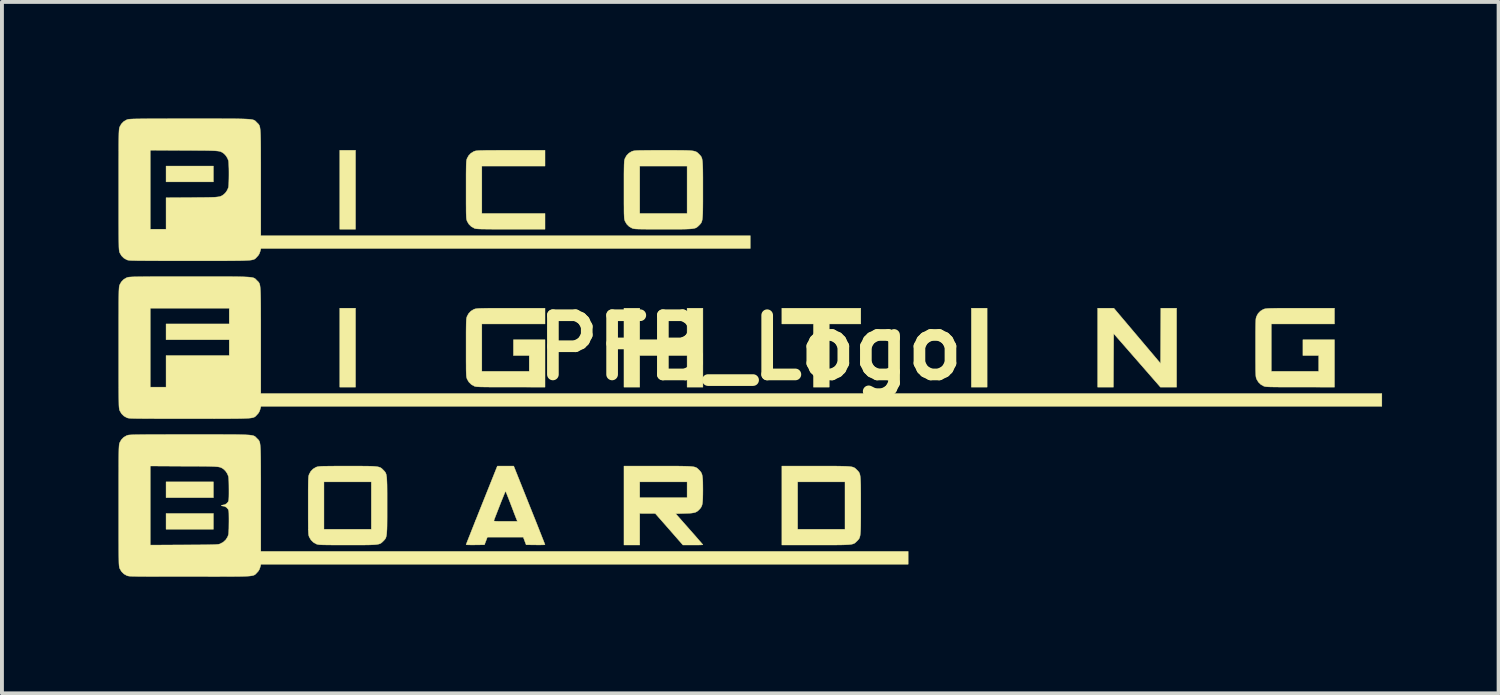
<source format=kicad_pcb>
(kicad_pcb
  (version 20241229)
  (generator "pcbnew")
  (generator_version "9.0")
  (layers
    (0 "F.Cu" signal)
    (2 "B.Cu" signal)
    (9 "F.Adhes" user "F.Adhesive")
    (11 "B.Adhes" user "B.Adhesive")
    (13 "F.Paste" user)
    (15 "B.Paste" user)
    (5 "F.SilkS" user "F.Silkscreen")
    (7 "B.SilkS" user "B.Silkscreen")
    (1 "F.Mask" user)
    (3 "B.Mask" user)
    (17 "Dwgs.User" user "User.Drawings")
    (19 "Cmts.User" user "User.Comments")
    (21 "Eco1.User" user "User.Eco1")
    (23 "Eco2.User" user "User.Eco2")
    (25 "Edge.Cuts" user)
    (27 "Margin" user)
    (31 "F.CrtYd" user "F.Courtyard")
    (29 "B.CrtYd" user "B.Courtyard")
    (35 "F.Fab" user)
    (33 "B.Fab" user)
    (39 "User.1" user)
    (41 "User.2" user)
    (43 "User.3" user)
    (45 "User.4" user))
  (footprint "PFB_Logo"
    (layer "F.Cu")
    (at 16.261 5.898)
    (property "Reference" "PFB_Logo" (at 0 0 0) (layer "F.SilkS") (effects (font (size 1.524 1.524) (thickness 0.3))))
    (attr through_hole)
    (fp_poly (pts (xy -13.818 -4.267) (xy -15.037 -4.267) (xy -15.037 -4.674) (xy -13.818 -4.674) (xy -13.818 -4.267)) (stroke (width 0.01) (type solid)) (fill yes) (layer "F.SilkS"))
    (fp_poly (pts (xy -13.818 3.861) (xy -15.037 3.861) (xy -15.037 3.454) (xy -13.818 3.454) (xy -13.818 3.861)) (stroke (width 0.01) (type solid)) (fill yes) (layer "F.SilkS"))
    (fp_poly (pts (xy -13.818 4.674) (xy -15.037 4.674) (xy -15.037 4.267) (xy -13.818 4.267) (xy -13.818 4.674)) (stroke (width 0.01) (type solid)) (fill yes) (layer "F.SilkS"))
    (fp_poly (pts (xy -10.16 -3.048) (xy -10.566 -3.048) (xy -10.566 -5.08) (xy -10.16 -5.08) (xy -10.16 -3.048)) (stroke (width 0.01) (type solid)) (fill yes) (layer "F.SilkS"))
    (fp_poly (pts (xy -10.16 1.016) (xy -10.566 1.016) (xy -10.566 -1.016) (xy -10.16 -1.016) (xy -10.16 1.016)) (stroke (width 0.01) (type solid)) (fill yes) (layer "F.SilkS"))
    (fp_poly (pts (xy 6.096 1.016) (xy 5.69 1.016) (xy 5.69 -1.016) (xy 6.096 -1.016) (xy 6.096 1.016)) (stroke (width 0.01) (type solid)) (fill yes) (layer "F.SilkS"))
    (fp_poly (pts (xy 2.845 -0.61) (xy 2.032 -0.61) (xy 2.032 1.016) (xy 1.626 1.016) (xy 1.626 -0.61) (xy 0.813 -0.61) (xy 0.813 -1.016) (xy 2.845 -1.016) (xy 2.845 -0.61)) (stroke (width 0.01) (type solid)) (fill yes) (layer "F.SilkS"))
    (fp_poly (pts (xy -2.845 -0.203) (xy -1.626 -0.203) (xy -1.626 -1.016) (xy -1.219 -1.016) (xy -1.219 1.016) (xy -1.626 1.016) (xy -1.626 0.203) (xy -2.845 0.203) (xy -2.845 1.016) (xy -3.251 1.016) (xy -3.251 -1.016) (xy -2.845 -1.016) (xy -2.845 -0.203)) (stroke (width 0.01) (type solid)) (fill yes) (layer "F.SilkS"))
    (fp_poly (pts (xy 9.959 -0.305) (xy 10.56 0.406) (xy 10.563 -0.305) (xy 10.567 -1.016) (xy 10.973 -1.016) (xy 10.973 1.016) (xy 10.556 1.016) (xy 9.955 0.327) (xy 9.354 -0.361) (xy 9.35 0.327) (xy 9.347 1.016) (xy 8.941 1.016) (xy 8.941 -1.016) (xy 9.358 -1.016) (xy 9.959 -0.305)) (stroke (width 0.01) (type solid)) (fill yes) (layer "F.SilkS"))
    (fp_poly (pts (xy -5.283 -4.674) (xy -6.909 -4.674) (xy -6.909 -3.454) (xy -5.283 -3.454) (xy -5.283 -3.048) (xy -6.163 -3.049) (xy -6.334 -3.049) (xy -6.482 -3.049) (xy -6.608 -3.049) (xy -6.714 -3.05) (xy -6.803 -3.051) (xy -6.875 -3.052) (xy -6.934 -3.053) (xy -6.98 -3.055) (xy -7.016 -3.057) (xy -7.044 -3.059) (xy -7.065 -3.062) (xy -7.082 -3.066) (xy -7.096 -3.07) (xy -7.105 -3.074) (xy -7.18 -3.116) (xy -7.242 -3.177) (xy -7.286 -3.251) (xy -7.29 -3.261) (xy -7.295 -3.276) (xy -7.3 -3.292) (xy -7.304 -3.311) (xy -7.307 -3.336) (xy -7.309 -3.368) (xy -7.311 -3.409) (xy -7.313 -3.462) (xy -7.314 -3.528) (xy -7.314 -3.61) (xy -7.315 -3.71) (xy -7.315 -3.83) (xy -7.315 -3.972) (xy -7.315 -4.064) (xy -7.315 -4.219) (xy -7.315 -4.352) (xy -7.315 -4.463) (xy -7.314 -4.555) (xy -7.313 -4.63) (xy -7.312 -4.69) (xy -7.31 -4.737) (xy -7.308 -4.774) (xy -7.306 -4.803) (xy -7.302 -4.825) (xy -7.298 -4.843) (xy -7.293 -4.858) (xy -7.289 -4.869) (xy -7.249 -4.943) (xy -7.189 -5.005) (xy -7.117 -5.049) (xy -7.086 -5.06) (xy -7.069 -5.064) (xy -7.049 -5.067) (xy -7.022 -5.07) (xy -6.986 -5.073) (xy -6.941 -5.075) (xy -6.883 -5.076) (xy -6.811 -5.078) (xy -6.724 -5.079) (xy -6.618 -5.079) (xy -6.494 -5.08) (xy -6.348 -5.08) (xy -6.178 -5.08) (xy -6.151 -5.08) (xy -5.283 -5.08) (xy -5.283 -4.674)) (stroke (width 0.01) (type solid)) (fill yes) (layer "F.SilkS"))
    (fp_poly (pts (xy -5.283 -0.61) (xy -6.909 -0.61) (xy -6.909 0.61) (xy -5.69 0.61) (xy -5.69 0.203) (xy -6.096 0.203) (xy -6.096 -0.203) (xy -5.283 -0.203) (xy -5.283 1.016) (xy -6.163 1.015) (xy -6.334 1.015) (xy -6.482 1.015) (xy -6.608 1.015) (xy -6.714 1.014) (xy -6.803 1.013) (xy -6.875 1.012) (xy -6.934 1.011) (xy -6.98 1.009) (xy -7.016 1.007) (xy -7.044 1.005) (xy -7.065 1.002) (xy -7.082 0.998) (xy -7.096 0.994) (xy -7.105 0.99) (xy -7.18 0.948) (xy -7.242 0.887) (xy -7.286 0.813) (xy -7.29 0.803) (xy -7.295 0.788) (xy -7.3 0.772) (xy -7.304 0.753) (xy -7.307 0.728) (xy -7.309 0.696) (xy -7.311 0.655) (xy -7.313 0.602) (xy -7.314 0.536) (xy -7.314 0.454) (xy -7.315 0.354) (xy -7.315 0.234) (xy -7.315 0.092) (xy -7.315 0) (xy -7.315 -0.155) (xy -7.315 -0.288) (xy -7.315 -0.399) (xy -7.314 -0.491) (xy -7.313 -0.566) (xy -7.312 -0.626) (xy -7.31 -0.673) (xy -7.308 -0.71) (xy -7.306 -0.739) (xy -7.302 -0.761) (xy -7.298 -0.779) (xy -7.293 -0.794) (xy -7.289 -0.805) (xy -7.249 -0.879) (xy -7.189 -0.941) (xy -7.117 -0.985) (xy -7.086 -0.996) (xy -7.069 -1) (xy -7.049 -1.003) (xy -7.022 -1.006) (xy -6.986 -1.009) (xy -6.941 -1.011) (xy -6.883 -1.012) (xy -6.811 -1.014) (xy -6.724 -1.015) (xy -6.618 -1.015) (xy -6.494 -1.016) (xy -6.348 -1.016) (xy -6.178 -1.016) (xy -6.151 -1.016) (xy -5.283 -1.016) (xy -5.283 -0.61)) (stroke (width 0.01) (type solid)) (fill yes) (layer "F.SilkS"))
    (fp_poly (pts (xy 2.015 3.048) (xy 2.149 3.048) (xy 2.263 3.049) (xy 2.359 3.051) (xy 2.439 3.053) (xy 2.504 3.056) (xy 2.557 3.06) (xy 2.6 3.066) (xy 2.633 3.073) (xy 2.66 3.082) (xy 2.682 3.093) (xy 2.7 3.105) (xy 2.717 3.12) (xy 2.734 3.137) (xy 2.745 3.148) (xy 2.765 3.168) (xy 2.782 3.187) (xy 2.797 3.206) (xy 2.809 3.229) (xy 2.819 3.255) (xy 2.826 3.289) (xy 2.833 3.332) (xy 2.837 3.385) (xy 2.84 3.452) (xy 2.843 3.533) (xy 2.844 3.632) (xy 2.845 3.75) (xy 2.845 3.889) (xy 2.845 4.051) (xy 2.845 4.064) (xy 2.845 4.228) (xy 2.845 4.368) (xy 2.844 4.488) (xy 2.843 4.588) (xy 2.841 4.67) (xy 2.837 4.738) (xy 2.833 4.792) (xy 2.827 4.836) (xy 2.819 4.87) (xy 2.81 4.898) (xy 2.798 4.92) (xy 2.783 4.94) (xy 2.766 4.959) (xy 2.747 4.979) (xy 2.745 4.98) (xy 2.726 4.999) (xy 2.709 5.015) (xy 2.692 5.029) (xy 2.673 5.04) (xy 2.649 5.05) (xy 2.619 5.058) (xy 2.582 5.065) (xy 2.535 5.07) (xy 2.477 5.073) (xy 2.405 5.076) (xy 2.318 5.078) (xy 2.214 5.079) (xy 2.091 5.08) (xy 1.948 5.08) (xy 1.782 5.08) (xy 1.68 5.08) (xy 0.813 5.08) (xy 0.813 3.454) (xy 1.219 3.454) (xy 1.219 4.674) (xy 2.438 4.674) (xy 2.438 3.454) (xy 1.219 3.454) (xy 0.813 3.454) (xy 0.813 3.048) (xy 1.68 3.048) (xy 1.86 3.048) (xy 2.015 3.048)) (stroke (width 0.01) (type solid)) (fill yes) (layer "F.SilkS"))
    (fp_poly (pts (xy 15.037 -0.61) (xy 13.411 -0.61) (xy 13.411 0.61) (xy 14.63 0.61) (xy 14.63 0.203) (xy 14.224 0.203) (xy 14.224 -0.203) (xy 15.037 -0.203) (xy 15.037 1.016) (xy 14.157 1.015) (xy 13.986 1.015) (xy 13.838 1.015) (xy 13.712 1.015) (xy 13.606 1.014) (xy 13.517 1.013) (xy 13.445 1.012) (xy 13.386 1.011) (xy 13.34 1.009) (xy 13.304 1.007) (xy 13.276 1.005) (xy 13.255 1.002) (xy 13.238 0.998) (xy 13.224 0.994) (xy 13.215 0.99) (xy 13.14 0.948) (xy 13.078 0.887) (xy 13.034 0.813) (xy 13.03 0.803) (xy 13.025 0.788) (xy 13.02 0.772) (xy 13.016 0.753) (xy 13.013 0.728) (xy 13.011 0.696) (xy 13.009 0.655) (xy 13.007 0.602) (xy 13.006 0.536) (xy 13.006 0.454) (xy 13.005 0.354) (xy 13.005 0.234) (xy 13.005 0.092) (xy 13.005 0) (xy 13.005 -0.155) (xy 13.005 -0.288) (xy 13.005 -0.399) (xy 13.006 -0.491) (xy 13.007 -0.566) (xy 13.008 -0.626) (xy 13.01 -0.673) (xy 13.012 -0.71) (xy 13.014 -0.739) (xy 13.018 -0.761) (xy 13.022 -0.779) (xy 13.027 -0.794) (xy 13.031 -0.805) (xy 13.071 -0.879) (xy 13.131 -0.941) (xy 13.203 -0.985) (xy 13.234 -0.996) (xy 13.251 -1) (xy 13.271 -1.003) (xy 13.298 -1.006) (xy 13.334 -1.009) (xy 13.379 -1.011) (xy 13.437 -1.012) (xy 13.509 -1.014) (xy 13.596 -1.015) (xy 13.702 -1.015) (xy 13.826 -1.016) (xy 13.972 -1.016) (xy 14.142 -1.016) (xy 14.169 -1.016) (xy 15.037 -1.016) (xy 15.037 -0.61)) (stroke (width 0.01) (type solid)) (fill yes) (layer "F.SilkS"))
    (fp_poly (pts (xy -2.049 3.048) (xy -1.915 3.048) (xy -1.801 3.049) (xy -1.705 3.051) (xy -1.625 3.053) (xy -1.56 3.056) (xy -1.507 3.06) (xy -1.464 3.066) (xy -1.431 3.073) (xy -1.404 3.082) (xy -1.382 3.093) (xy -1.364 3.105) (xy -1.347 3.12) (xy -1.33 3.137) (xy -1.319 3.148) (xy -1.291 3.177) (xy -1.269 3.206) (xy -1.252 3.238) (xy -1.24 3.275) (xy -1.231 3.323) (xy -1.225 3.382) (xy -1.221 3.457) (xy -1.22 3.552) (xy -1.219 3.666) (xy -1.22 3.781) (xy -1.222 3.874) (xy -1.226 3.948) (xy -1.232 4.007) (xy -1.242 4.053) (xy -1.256 4.09) (xy -1.274 4.121) (xy -1.297 4.15) (xy -1.311 4.164) (xy -1.343 4.196) (xy -1.375 4.22) (xy -1.409 4.237) (xy -1.45 4.249) (xy -1.503 4.257) (xy -1.571 4.263) (xy -1.659 4.266) (xy -1.687 4.267) (xy -1.92 4.274) (xy -1.57 4.67) (xy -1.495 4.755) (xy -1.425 4.834) (xy -1.363 4.906) (xy -1.31 4.967) (xy -1.267 5.016) (xy -1.237 5.051) (xy -1.221 5.071) (xy -1.219 5.074) (xy -1.231 5.075) (xy -1.265 5.077) (xy -1.316 5.079) (xy -1.382 5.079) (xy -1.458 5.08) (xy -1.476 5.08) (xy -1.734 5.08) (xy -2.089 4.674) (xy -2.445 4.269) (xy -2.645 4.268) (xy -2.845 4.267) (xy -2.845 5.08) (xy -3.251 5.08) (xy -3.251 3.454) (xy -2.845 3.454) (xy -2.845 3.861) (xy -1.626 3.861) (xy -1.626 3.454) (xy -2.845 3.454) (xy -3.251 3.454) (xy -3.251 3.048) (xy -2.384 3.048) (xy -2.204 3.048) (xy -2.049 3.048)) (stroke (width 0.01) (type solid)) (fill yes) (layer "F.SilkS"))
    (fp_poly (pts (xy -5.686 4.055) (xy -5.625 4.207) (xy -5.567 4.352) (xy -5.512 4.489) (xy -5.462 4.615) (xy -5.417 4.73) (xy -5.377 4.831) (xy -5.343 4.917) (xy -5.316 4.985) (xy -5.297 5.035) (xy -5.286 5.064) (xy -5.283 5.071) (xy -5.295 5.074) (xy -5.329 5.076) (xy -5.38 5.077) (xy -5.445 5.078) (xy -5.52 5.077) (xy -5.526 5.077) (xy -5.769 5.074) (xy -5.844 4.877) (xy -6.767 4.877) (xy -6.804 4.975) (xy -6.842 5.074) (xy -7.079 5.077) (xy -7.153 5.078) (xy -7.218 5.077) (xy -7.269 5.076) (xy -7.303 5.074) (xy -7.315 5.071) (xy -7.315 5.071) (xy -7.311 5.058) (xy -7.297 5.023) (xy -7.276 4.968) (xy -7.247 4.895) (xy -7.211 4.805) (xy -7.17 4.7) (xy -7.123 4.582) (xy -7.073 4.455) (xy -6.6 4.455) (xy -6.595 4.46) (xy -6.583 4.464) (xy -6.559 4.467) (xy -6.521 4.469) (xy -6.466 4.47) (xy -6.391 4.47) (xy -6.3 4.47) (xy -5.994 4.47) (xy -6.011 4.429) (xy -6.02 4.407) (xy -6.037 4.364) (xy -6.06 4.305) (xy -6.088 4.232) (xy -6.119 4.149) (xy -6.154 4.059) (xy -6.16 4.042) (xy -6.194 3.954) (xy -6.225 3.874) (xy -6.252 3.806) (xy -6.274 3.751) (xy -6.29 3.714) (xy -6.299 3.697) (xy -6.299 3.696) (xy -6.305 3.707) (xy -6.319 3.739) (xy -6.339 3.787) (xy -6.364 3.85) (xy -6.394 3.923) (xy -6.426 4.003) (xy -6.459 4.088) (xy -6.492 4.172) (xy -6.524 4.255) (xy -6.554 4.331) (xy -6.58 4.398) (xy -6.598 4.448) (xy -6.6 4.455) (xy -7.073 4.455) (xy -7.071 4.452) (xy -7.016 4.313) (xy -6.957 4.165) (xy -6.913 4.055) (xy -6.51 3.048) (xy -6.088 3.048) (xy -5.686 4.055)) (stroke (width 0.01) (type solid)) (fill yes) (layer "F.SilkS"))
    (fp_poly (pts (xy -10.199 3.048) (xy -10.059 3.048) (xy -9.94 3.049) (xy -9.84 3.05) (xy -9.757 3.052) (xy -9.689 3.055) (xy -9.635 3.06) (xy -9.591 3.066) (xy -9.557 3.074) (xy -9.53 3.083) (xy -9.507 3.095) (xy -9.487 3.109) (xy -9.469 3.126) (xy -9.449 3.146) (xy -9.447 3.148) (xy -9.427 3.168) (xy -9.41 3.187) (xy -9.395 3.206) (xy -9.383 3.229) (xy -9.373 3.255) (xy -9.366 3.289) (xy -9.359 3.332) (xy -9.355 3.385) (xy -9.352 3.452) (xy -9.349 3.533) (xy -9.348 3.632) (xy -9.347 3.75) (xy -9.347 3.889) (xy -9.347 4.051) (xy -9.347 4.064) (xy -9.347 4.228) (xy -9.347 4.368) (xy -9.348 4.488) (xy -9.349 4.588) (xy -9.351 4.67) (xy -9.355 4.738) (xy -9.359 4.792) (xy -9.365 4.836) (xy -9.373 4.87) (xy -9.382 4.898) (xy -9.394 4.92) (xy -9.409 4.94) (xy -9.426 4.959) (xy -9.445 4.979) (xy -9.447 4.98) (xy -9.467 5) (xy -9.486 5.017) (xy -9.505 5.032) (xy -9.527 5.044) (xy -9.554 5.054) (xy -9.587 5.061) (xy -9.629 5.068) (xy -9.682 5.072) (xy -9.748 5.075) (xy -9.828 5.078) (xy -9.926 5.079) (xy -10.042 5.079) (xy -10.179 5.08) (xy -10.34 5.079) (xy -10.375 5.079) (xy -10.53 5.079) (xy -10.662 5.079) (xy -10.773 5.079) (xy -10.865 5.078) (xy -10.94 5.077) (xy -10.999 5.076) (xy -11.046 5.074) (xy -11.083 5.072) (xy -11.111 5.069) (xy -11.132 5.065) (xy -11.149 5.061) (xy -11.164 5.056) (xy -11.169 5.054) (xy -11.244 5.012) (xy -11.306 4.951) (xy -11.35 4.877) (xy -11.354 4.867) (xy -11.359 4.852) (xy -11.364 4.836) (xy -11.368 4.817) (xy -11.371 4.792) (xy -11.373 4.76) (xy -11.375 4.719) (xy -11.377 4.666) (xy -11.378 4.6) (xy -11.378 4.518) (xy -11.379 4.418) (xy -11.379 4.298) (xy -11.379 4.156) (xy -11.379 4.064) (xy -11.379 3.909) (xy -11.379 3.776) (xy -11.379 3.665) (xy -11.378 3.573) (xy -11.377 3.498) (xy -11.376 3.454) (xy -10.973 3.454) (xy -10.973 4.674) (xy -9.754 4.674) (xy -9.754 3.454) (xy -10.973 3.454) (xy -11.376 3.454) (xy -11.376 3.438) (xy -11.374 3.391) (xy -11.372 3.354) (xy -11.37 3.325) (xy -11.366 3.303) (xy -11.362 3.285) (xy -11.357 3.27) (xy -11.353 3.259) (xy -11.313 3.185) (xy -11.253 3.123) (xy -11.181 3.079) (xy -11.15 3.068) (xy -11.132 3.064) (xy -11.11 3.06) (xy -11.08 3.057) (xy -11.042 3.054) (xy -10.992 3.052) (xy -10.93 3.051) (xy -10.852 3.05) (xy -10.757 3.049) (xy -10.642 3.048) (xy -10.506 3.048) (xy -10.363 3.048) (xy -10.199 3.048)) (stroke (width 0.01) (type solid)) (fill yes) (layer "F.SilkS"))
    (fp_poly (pts (xy -2.071 -5.08) (xy -1.931 -5.08) (xy -1.812 -5.079) (xy -1.712 -5.078) (xy -1.629 -5.076) (xy -1.561 -5.073) (xy -1.507 -5.068) (xy -1.463 -5.062) (xy -1.429 -5.054) (xy -1.402 -5.045) (xy -1.379 -5.033) (xy -1.359 -5.019) (xy -1.341 -5.002) (xy -1.321 -4.982) (xy -1.319 -4.98) (xy -1.299 -4.96) (xy -1.282 -4.941) (xy -1.267 -4.922) (xy -1.255 -4.899) (xy -1.245 -4.873) (xy -1.238 -4.839) (xy -1.231 -4.796) (xy -1.227 -4.743) (xy -1.224 -4.676) (xy -1.221 -4.595) (xy -1.22 -4.496) (xy -1.219 -4.378) (xy -1.219 -4.239) (xy -1.219 -4.077) (xy -1.219 -4.064) (xy -1.219 -3.9) (xy -1.219 -3.76) (xy -1.22 -3.64) (xy -1.221 -3.54) (xy -1.223 -3.458) (xy -1.227 -3.39) (xy -1.231 -3.336) (xy -1.237 -3.292) (xy -1.245 -3.258) (xy -1.254 -3.23) (xy -1.266 -3.208) (xy -1.281 -3.188) (xy -1.298 -3.169) (xy -1.317 -3.149) (xy -1.319 -3.148) (xy -1.339 -3.128) (xy -1.358 -3.111) (xy -1.377 -3.096) (xy -1.399 -3.084) (xy -1.426 -3.074) (xy -1.459 -3.067) (xy -1.501 -3.06) (xy -1.554 -3.056) (xy -1.62 -3.053) (xy -1.7 -3.05) (xy -1.798 -3.049) (xy -1.914 -3.049) (xy -2.051 -3.048) (xy -2.212 -3.049) (xy -2.247 -3.049) (xy -2.402 -3.049) (xy -2.534 -3.049) (xy -2.645 -3.049) (xy -2.737 -3.05) (xy -2.812 -3.051) (xy -2.871 -3.052) (xy -2.918 -3.054) (xy -2.955 -3.056) (xy -2.983 -3.059) (xy -3.004 -3.063) (xy -3.021 -3.067) (xy -3.036 -3.072) (xy -3.041 -3.074) (xy -3.116 -3.116) (xy -3.178 -3.177) (xy -3.222 -3.251) (xy -3.226 -3.261) (xy -3.231 -3.276) (xy -3.236 -3.292) (xy -3.24 -3.311) (xy -3.243 -3.336) (xy -3.245 -3.368) (xy -3.247 -3.409) (xy -3.249 -3.462) (xy -3.25 -3.528) (xy -3.25 -3.61) (xy -3.251 -3.71) (xy -3.251 -3.83) (xy -3.251 -3.972) (xy -3.251 -4.064) (xy -3.251 -4.219) (xy -3.251 -4.352) (xy -3.251 -4.463) (xy -3.25 -4.555) (xy -3.249 -4.63) (xy -3.248 -4.674) (xy -2.845 -4.674) (xy -2.845 -3.454) (xy -1.626 -3.454) (xy -1.626 -4.674) (xy -2.845 -4.674) (xy -3.248 -4.674) (xy -3.248 -4.69) (xy -3.246 -4.737) (xy -3.244 -4.774) (xy -3.242 -4.803) (xy -3.238 -4.825) (xy -3.234 -4.843) (xy -3.229 -4.858) (xy -3.225 -4.869) (xy -3.185 -4.943) (xy -3.125 -5.005) (xy -3.053 -5.049) (xy -3.022 -5.06) (xy -3.004 -5.064) (xy -2.982 -5.068) (xy -2.952 -5.071) (xy -2.914 -5.074) (xy -2.864 -5.076) (xy -2.802 -5.077) (xy -2.724 -5.078) (xy -2.629 -5.079) (xy -2.514 -5.08) (xy -2.378 -5.08) (xy -2.235 -5.08) (xy -2.071 -5.08)) (stroke (width 0.01) (type solid)) (fill yes) (layer "F.SilkS"))
    (fp_poly (pts (xy -13.788 -1.829) (xy -13.619 -1.829) (xy -13.471 -1.828) (xy -13.34 -1.828) (xy -13.228 -1.827) (xy -13.131 -1.825) (xy -13.048 -1.823) (xy -12.979 -1.82) (xy -12.921 -1.817) (xy -12.874 -1.813) (xy -12.836 -1.808) (xy -12.806 -1.802) (xy -12.782 -1.795) (xy -12.764 -1.787) (xy -12.748 -1.778) (xy -12.735 -1.767) (xy -12.723 -1.755) (xy -12.711 -1.742) (xy -12.698 -1.729) (xy -12.683 -1.714) (xy -12.669 -1.701) (xy -12.657 -1.688) (xy -12.647 -1.674) (xy -12.637 -1.657) (xy -12.629 -1.635) (xy -12.622 -1.609) (xy -12.617 -1.575) (xy -12.612 -1.532) (xy -12.608 -1.48) (xy -12.605 -1.416) (xy -12.603 -1.34) (xy -12.601 -1.249) (xy -12.6 -1.142) (xy -12.599 -1.018) (xy -12.599 -0.875) (xy -12.598 -0.713) (xy -12.598 -0.528) (xy -12.598 -0.321) (xy -12.598 -0.175) (xy -12.598 1.181) (xy 16.256 1.181) (xy 16.256 1.511) (xy -12.594 1.511) (xy -12.616 1.59) (xy -12.636 1.646) (xy -12.664 1.691) (xy -12.698 1.728) (xy -12.712 1.743) (xy -12.724 1.756) (xy -12.736 1.768) (xy -12.749 1.778) (xy -12.764 1.787) (xy -12.783 1.795) (xy -12.807 1.802) (xy -12.838 1.808) (xy -12.876 1.813) (xy -12.924 1.817) (xy -12.982 1.82) (xy -13.052 1.823) (xy -13.135 1.825) (xy -13.232 1.826) (xy -13.346 1.827) (xy -13.476 1.828) (xy -13.626 1.828) (xy -13.795 1.829) (xy -13.986 1.828) (xy -14.199 1.828) (xy -14.436 1.828) (xy -14.439 1.828) (xy -14.669 1.828) (xy -14.876 1.828) (xy -15.06 1.828) (xy -15.222 1.828) (xy -15.365 1.827) (xy -15.489 1.827) (xy -15.596 1.826) (xy -15.687 1.825) (xy -15.764 1.825) (xy -15.828 1.823) (xy -15.881 1.822) (xy -15.923 1.821) (xy -15.957 1.819) (xy -15.983 1.817) (xy -16.003 1.814) (xy -16.019 1.811) (xy -16.031 1.808) (xy -16.041 1.805) (xy -16.046 1.803) (xy -16.121 1.761) (xy -16.183 1.7) (xy -16.227 1.625) (xy -16.231 1.616) (xy -16.234 1.606) (xy -16.238 1.594) (xy -16.241 1.58) (xy -16.243 1.563) (xy -16.246 1.541) (xy -16.248 1.512) (xy -16.25 1.476) (xy -16.251 1.43) (xy -16.252 1.374) (xy -16.253 1.306) (xy -16.254 1.225) (xy -16.255 1.129) (xy -16.255 1.017) (xy -16.256 0.887) (xy -16.256 0.738) (xy -16.256 0.57) (xy -16.256 0.379) (xy -16.256 0.166) (xy -16.256 0) (xy -16.256 -0.231) (xy -16.256 -0.437) (xy -16.256 -0.621) (xy -16.256 -0.784) (xy -16.255 -0.926) (xy -16.255 -1.016) (xy -15.443 -1.016) (xy -15.443 1.016) (xy -15.037 1.016) (xy -15.037 0.203) (xy -13.411 0.203) (xy -13.411 -0.203) (xy -15.037 -0.203) (xy -15.037 -0.61) (xy -13.411 -0.61) (xy -13.411 -1.016) (xy -15.443 -1.016) (xy -16.255 -1.016) (xy -16.255 -1.051) (xy -16.255 -1.158) (xy -16.254 -1.25) (xy -16.253 -1.327) (xy -16.252 -1.391) (xy -16.251 -1.444) (xy -16.249 -1.487) (xy -16.247 -1.521) (xy -16.245 -1.548) (xy -16.243 -1.568) (xy -16.24 -1.584) (xy -16.237 -1.597) (xy -16.233 -1.609) (xy -16.23 -1.618) (xy -16.189 -1.692) (xy -16.13 -1.754) (xy -16.058 -1.797) (xy -16.026 -1.809) (xy -16.014 -1.812) (xy -15.998 -1.815) (xy -15.976 -1.817) (xy -15.947 -1.819) (xy -15.91 -1.821) (xy -15.863 -1.823) (xy -15.806 -1.824) (xy -15.736 -1.825) (xy -15.653 -1.826) (xy -15.554 -1.827) (xy -15.44 -1.828) (xy -15.307 -1.828) (xy -15.155 -1.828) (xy -14.983 -1.829) (xy -14.789 -1.829) (xy -14.572 -1.829) (xy -14.427 -1.829) (xy -14.191 -1.829) (xy -13.978 -1.829) (xy -13.788 -1.829)) (stroke (width 0.01) (type solid)) (fill yes) (layer "F.SilkS"))
    (fp_poly (pts (xy -13.788 -5.893) (xy -13.619 -5.893) (xy -13.471 -5.892) (xy -13.34 -5.892) (xy -13.228 -5.891) (xy -13.131 -5.889) (xy -13.048 -5.887) (xy -12.979 -5.884) (xy -12.921 -5.881) (xy -12.874 -5.877) (xy -12.836 -5.872) (xy -12.806 -5.866) (xy -12.782 -5.859) (xy -12.764 -5.851) (xy -12.748 -5.842) (xy -12.735 -5.831) (xy -12.723 -5.819) (xy -12.711 -5.806) (xy -12.698 -5.793) (xy -12.683 -5.778) (xy -12.669 -5.765) (xy -12.657 -5.752) (xy -12.647 -5.738) (xy -12.637 -5.721) (xy -12.629 -5.699) (xy -12.622 -5.673) (xy -12.617 -5.639) (xy -12.612 -5.596) (xy -12.608 -5.544) (xy -12.605 -5.48) (xy -12.603 -5.404) (xy -12.601 -5.313) (xy -12.6 -5.206) (xy -12.599 -5.082) (xy -12.599 -4.939) (xy -12.598 -4.777) (xy -12.598 -4.592) (xy -12.598 -4.385) (xy -12.598 -4.239) (xy -12.598 -2.883) (xy 0 -2.883) (xy 0 -2.553) (xy -12.594 -2.553) (xy -12.616 -2.474) (xy -12.636 -2.418) (xy -12.664 -2.373) (xy -12.698 -2.336) (xy -12.712 -2.321) (xy -12.724 -2.308) (xy -12.736 -2.296) (xy -12.749 -2.286) (xy -12.764 -2.277) (xy -12.783 -2.269) (xy -12.807 -2.262) (xy -12.838 -2.256) (xy -12.876 -2.251) (xy -12.924 -2.247) (xy -12.982 -2.244) (xy -13.052 -2.241) (xy -13.135 -2.239) (xy -13.232 -2.238) (xy -13.346 -2.237) (xy -13.476 -2.236) (xy -13.626 -2.236) (xy -13.795 -2.235) (xy -13.986 -2.236) (xy -14.199 -2.236) (xy -14.436 -2.236) (xy -14.439 -2.236) (xy -14.669 -2.236) (xy -14.876 -2.236) (xy -15.06 -2.236) (xy -15.222 -2.236) (xy -15.365 -2.237) (xy -15.489 -2.237) (xy -15.596 -2.238) (xy -15.687 -2.239) (xy -15.764 -2.239) (xy -15.828 -2.241) (xy -15.881 -2.242) (xy -15.923 -2.243) (xy -15.957 -2.245) (xy -15.983 -2.247) (xy -16.003 -2.25) (xy -16.019 -2.253) (xy -16.031 -2.256) (xy -16.041 -2.259) (xy -16.046 -2.261) (xy -16.121 -2.303) (xy -16.183 -2.364) (xy -16.227 -2.439) (xy -16.231 -2.448) (xy -16.234 -2.458) (xy -16.238 -2.47) (xy -16.241 -2.484) (xy -16.243 -2.501) (xy -16.246 -2.523) (xy -16.248 -2.552) (xy -16.25 -2.588) (xy -16.251 -2.634) (xy -16.252 -2.69) (xy -16.253 -2.758) (xy -16.254 -2.839) (xy -16.255 -2.935) (xy -16.255 -3.047) (xy -16.255 -3.048) (xy -15.443 -3.048) (xy -15.037 -3.048) (xy -15.037 -3.859) (xy -14.373 -3.863) (xy -14.221 -3.865) (xy -14.091 -3.866) (xy -13.983 -3.867) (xy -13.893 -3.869) (xy -13.82 -3.871) (xy -13.761 -3.874) (xy -13.714 -3.879) (xy -13.677 -3.884) (xy -13.647 -3.891) (xy -13.623 -3.9) (xy -13.601 -3.91) (xy -13.581 -3.923) (xy -13.559 -3.938) (xy -13.558 -3.938) (xy -13.51 -3.983) (xy -13.468 -4.043) (xy -13.437 -4.11) (xy -13.433 -4.121) (xy -13.428 -4.152) (xy -13.424 -4.204) (xy -13.421 -4.272) (xy -13.419 -4.351) (xy -13.418 -4.437) (xy -13.418 -4.524) (xy -13.419 -4.609) (xy -13.422 -4.686) (xy -13.425 -4.75) (xy -13.429 -4.798) (xy -13.433 -4.82) (xy -13.462 -4.887) (xy -13.503 -4.949) (xy -13.55 -4.997) (xy -13.558 -5.002) (xy -13.577 -5.016) (xy -13.595 -5.027) (xy -13.614 -5.037) (xy -13.634 -5.046) (xy -13.659 -5.053) (xy -13.69 -5.059) (xy -13.729 -5.063) (xy -13.777 -5.067) (xy -13.838 -5.07) (xy -13.912 -5.072) (xy -14.002 -5.074) (xy -14.11 -5.075) (xy -14.236 -5.076) (xy -14.385 -5.076) (xy -14.556 -5.077) (xy -14.576 -5.077) (xy -15.443 -5.082) (xy -15.443 -3.048) (xy -16.255 -3.048) (xy -16.256 -3.177) (xy -16.256 -3.326) (xy -16.256 -3.494) (xy -16.256 -3.685) (xy -16.256 -3.898) (xy -16.256 -4.064) (xy -16.256 -4.295) (xy -16.256 -4.501) (xy -16.256 -4.685) (xy -16.256 -4.848) (xy -16.255 -4.99) (xy -16.255 -5.115) (xy -16.255 -5.222) (xy -16.254 -5.314) (xy -16.253 -5.391) (xy -16.252 -5.455) (xy -16.251 -5.508) (xy -16.249 -5.551) (xy -16.247 -5.585) (xy -16.245 -5.612) (xy -16.243 -5.632) (xy -16.24 -5.648) (xy -16.237 -5.661) (xy -16.233 -5.673) (xy -16.23 -5.682) (xy -16.189 -5.756) (xy -16.13 -5.818) (xy -16.058 -5.861) (xy -16.026 -5.873) (xy -16.014 -5.876) (xy -15.998 -5.879) (xy -15.976 -5.881) (xy -15.947 -5.883) (xy -15.91 -5.885) (xy -15.863 -5.887) (xy -15.806 -5.888) (xy -15.736 -5.889) (xy -15.653 -5.89) (xy -15.554 -5.891) (xy -15.44 -5.892) (xy -15.307 -5.892) (xy -15.155 -5.892) (xy -14.983 -5.893) (xy -14.789 -5.893) (xy -14.572 -5.893) (xy -14.427 -5.893) (xy -14.191 -5.893) (xy -13.978 -5.893) (xy -13.788 -5.893)) (stroke (width 0.01) (type solid)) (fill yes) (layer "F.SilkS"))
    (fp_poly (pts (xy -13.788 2.235) (xy -13.619 2.235) (xy -13.471 2.236) (xy -13.34 2.236) (xy -13.228 2.237) (xy -13.131 2.239) (xy -13.048 2.241) (xy -12.979 2.244) (xy -12.921 2.247) (xy -12.874 2.251) (xy -12.836 2.256) (xy -12.806 2.262) (xy -12.782 2.269) (xy -12.764 2.277) (xy -12.748 2.286) (xy -12.735 2.297) (xy -12.723 2.309) (xy -12.711 2.322) (xy -12.698 2.335) (xy -12.683 2.35) (xy -12.669 2.363) (xy -12.657 2.376) (xy -12.647 2.39) (xy -12.637 2.407) (xy -12.629 2.429) (xy -12.622 2.455) (xy -12.617 2.489) (xy -12.612 2.532) (xy -12.608 2.584) (xy -12.605 2.648) (xy -12.603 2.724) (xy -12.601 2.815) (xy -12.6 2.922) (xy -12.599 3.046) (xy -12.599 3.189) (xy -12.598 3.351) (xy -12.598 3.536) (xy -12.598 3.743) (xy -12.598 3.889) (xy -12.598 5.245) (xy 4.064 5.245) (xy 4.064 5.575) (xy -12.594 5.575) (xy -12.616 5.654) (xy -12.636 5.71) (xy -12.664 5.755) (xy -12.698 5.792) (xy -12.712 5.807) (xy -12.724 5.82) (xy -12.736 5.832) (xy -12.749 5.842) (xy -12.764 5.851) (xy -12.783 5.859) (xy -12.807 5.866) (xy -12.838 5.872) (xy -12.876 5.877) (xy -12.924 5.881) (xy -12.982 5.884) (xy -13.052 5.887) (xy -13.135 5.889) (xy -13.232 5.89) (xy -13.346 5.891) (xy -13.476 5.892) (xy -13.626 5.892) (xy -13.795 5.893) (xy -13.986 5.892) (xy -14.199 5.892) (xy -14.436 5.892) (xy -14.439 5.892) (xy -14.669 5.892) (xy -14.876 5.892) (xy -15.06 5.892) (xy -15.222 5.892) (xy -15.365 5.891) (xy -15.489 5.891) (xy -15.596 5.89) (xy -15.687 5.889) (xy -15.764 5.889) (xy -15.828 5.887) (xy -15.881 5.886) (xy -15.923 5.885) (xy -15.957 5.883) (xy -15.983 5.881) (xy -16.003 5.878) (xy -16.019 5.875) (xy -16.031 5.872) (xy -16.041 5.869) (xy -16.046 5.867) (xy -16.121 5.825) (xy -16.183 5.764) (xy -16.227 5.689) (xy -16.231 5.68) (xy -16.234 5.67) (xy -16.238 5.658) (xy -16.241 5.644) (xy -16.243 5.627) (xy -16.246 5.605) (xy -16.248 5.576) (xy -16.25 5.54) (xy -16.251 5.494) (xy -16.252 5.438) (xy -16.253 5.37) (xy -16.254 5.289) (xy -16.255 5.193) (xy -16.255 5.082) (xy -15.443 5.082) (xy -14.576 5.077) (xy -14.404 5.077) (xy -14.256 5.076) (xy -14.129 5.075) (xy -14.023 5.074) (xy -13.934 5.072) (xy -13.861 5.071) (xy -13.803 5.069) (xy -13.757 5.067) (xy -13.721 5.064) (xy -13.695 5.062) (xy -13.675 5.058) (xy -13.66 5.054) (xy -13.655 5.053) (xy -13.568 5.008) (xy -13.5 4.946) (xy -13.452 4.869) (xy -13.434 4.82) (xy -13.428 4.787) (xy -13.424 4.73) (xy -13.42 4.653) (xy -13.419 4.556) (xy -13.418 4.483) (xy -13.418 4.389) (xy -13.419 4.318) (xy -13.42 4.264) (xy -13.422 4.225) (xy -13.426 4.198) (xy -13.432 4.178) (xy -13.439 4.162) (xy -13.441 4.158) (xy -13.482 4.112) (xy -13.534 4.083) (xy -13.575 4.077) (xy -13.602 4.073) (xy -13.614 4.064) (xy -13.614 4.064) (xy -13.603 4.055) (xy -13.577 4.051) (xy -13.575 4.051) (xy -13.52 4.039) (xy -13.47 4.006) (xy -13.441 3.97) (xy -13.434 3.955) (xy -13.428 3.937) (xy -13.424 3.913) (xy -13.421 3.878) (xy -13.419 3.829) (xy -13.418 3.764) (xy -13.418 3.677) (xy -13.418 3.645) (xy -13.419 3.537) (xy -13.421 3.447) (xy -13.425 3.376) (xy -13.43 3.327) (xy -13.434 3.308) (xy -13.462 3.241) (xy -13.503 3.179) (xy -13.55 3.131) (xy -13.558 3.126) (xy -13.577 3.112) (xy -13.595 3.101) (xy -13.614 3.091) (xy -13.634 3.082) (xy -13.659 3.075) (xy -13.69 3.069) (xy -13.729 3.065) (xy -13.777 3.061) (xy -13.838 3.058) (xy -13.912 3.056) (xy -14.002 3.054) (xy -14.11 3.053) (xy -14.236 3.052) (xy -14.385 3.052) (xy -14.556 3.051) (xy -14.576 3.051) (xy -15.443 3.046) (xy -15.443 5.082) (xy -16.255 5.082) (xy -16.255 5.081) (xy -16.256 4.951) (xy -16.256 4.802) (xy -16.256 4.634) (xy -16.256 4.443) (xy -16.256 4.23) (xy -16.256 4.064) (xy -16.256 3.833) (xy -16.256 3.627) (xy -16.256 3.443) (xy -16.256 3.28) (xy -16.255 3.138) (xy -16.255 3.013) (xy -16.255 2.906) (xy -16.254 2.814) (xy -16.253 2.737) (xy -16.252 2.673) (xy -16.251 2.62) (xy -16.249 2.577) (xy -16.247 2.543) (xy -16.245 2.516) (xy -16.243 2.496) (xy -16.24 2.48) (xy -16.237 2.467) (xy -16.233 2.455) (xy -16.23 2.446) (xy -16.189 2.372) (xy -16.13 2.31) (xy -16.058 2.267) (xy -16.026 2.255) (xy -16.014 2.252) (xy -15.998 2.249) (xy -15.976 2.247) (xy -15.947 2.245) (xy -15.91 2.243) (xy -15.863 2.241) (xy -15.806 2.24) (xy -15.736 2.239) (xy -15.653 2.238) (xy -15.554 2.237) (xy -15.44 2.236) (xy -15.307 2.236) (xy -15.155 2.236) (xy -14.983 2.235) (xy -14.789 2.235) (xy -14.572 2.235) (xy -14.427 2.235) (xy -14.191 2.235) (xy -13.978 2.235) (xy -13.788 2.235)) (stroke (width 0.01) (type solid)) (fill yes) (layer "F.SilkS")))
  (gr_rect
    (start -3 -3)
    (end 35.522 14.795)
    (stroke (width 0.1) (type default))
    (fill no)
    (layer "Edge.Cuts")))
</source>
